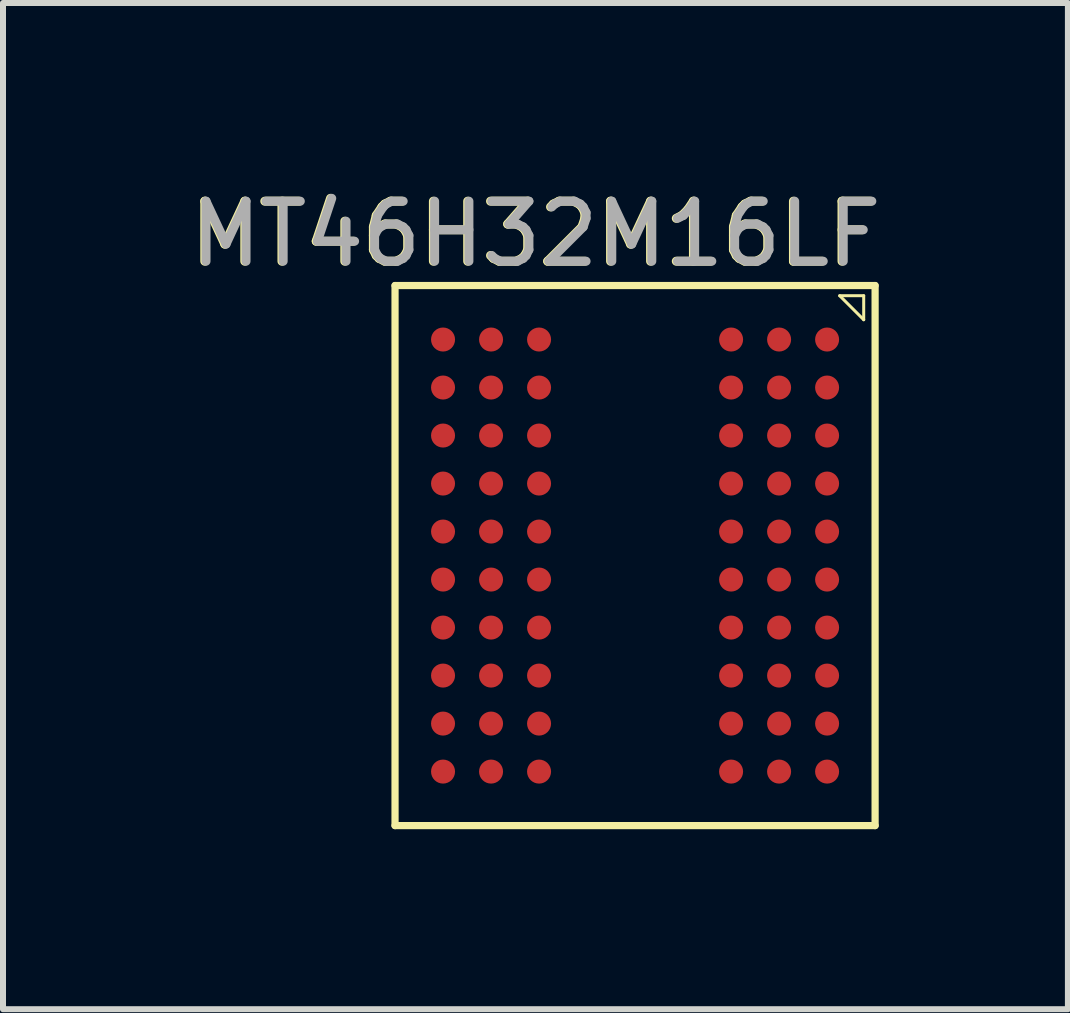
<source format=kicad_pcb>
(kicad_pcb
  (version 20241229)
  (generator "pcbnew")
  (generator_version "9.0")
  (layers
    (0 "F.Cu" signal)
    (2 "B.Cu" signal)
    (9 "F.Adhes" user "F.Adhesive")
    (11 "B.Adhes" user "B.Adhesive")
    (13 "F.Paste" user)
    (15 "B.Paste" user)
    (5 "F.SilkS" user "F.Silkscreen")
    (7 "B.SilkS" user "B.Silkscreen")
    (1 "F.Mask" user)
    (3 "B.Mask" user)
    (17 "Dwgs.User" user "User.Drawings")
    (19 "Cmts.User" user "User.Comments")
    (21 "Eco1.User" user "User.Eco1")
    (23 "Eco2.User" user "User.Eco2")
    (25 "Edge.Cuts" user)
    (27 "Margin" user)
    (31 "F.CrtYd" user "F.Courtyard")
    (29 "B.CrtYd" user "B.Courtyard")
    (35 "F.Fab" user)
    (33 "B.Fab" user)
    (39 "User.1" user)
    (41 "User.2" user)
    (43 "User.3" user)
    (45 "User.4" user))
  (footprint "MT46H32M16LF"
    (layer "F.Cu")
    (at 7.533 6.208)
    (property "Reference" "MT46H32M16LF" (at -1.67 -5.36 0) (unlocked yes) (layer "F.SilkS") (effects (font (size 1 1) (thickness 0.15))))
    (attr smd)
    (fp_line (start -4 -4.5) (end -4 4.5) (stroke (width 0.12) (type solid)) (layer "F.SilkS"))
    (fp_line (start 3.41 -4.33) (end 3.81 -4.33) (stroke (width 0.05) (type solid)) (layer "F.SilkS"))
    (fp_line (start 3.81 -4.33) (end 3.81 -3.93) (stroke (width 0.05) (type solid)) (layer "F.SilkS"))
    (fp_line (start 3.81 -3.93) (end 3.41 -4.33) (stroke (width 0.05) (type solid)) (layer "F.SilkS"))
    (fp_line (start 4 -4.5) (end -4 -4.5) (stroke (width 0.12) (type solid)) (layer "F.SilkS"))
    (fp_line (start 4 -4.5) (end 4 4.5) (stroke (width 0.12) (type solid)) (layer "F.SilkS"))
    (fp_line (start 4 4.5) (end -4 4.5) (stroke (width 0.12) (type solid)) (layer "F.SilkS"))
    (fp_text user "${REFERENCE}" (at -1.65 -5.36 0) (unlocked yes) (layer "F.Fab") (effects (font (size 1 1) (thickness 0.15))))
    (pad "A1" smd circle (at 3.2 -3.6) (size 0.4 0.4) (layers "F.Cu" "F.Mask" "F.Paste"))
    (pad "A2" smd circle (at 2.4 -3.6) (size 0.4 0.4) (layers "F.Cu" "F.Mask" "F.Paste"))
    (pad "A3" smd circle (at 1.6 -3.6) (size 0.4 0.4) (layers "F.Cu" "F.Mask" "F.Paste"))
    (pad "A7" smd circle (at -1.6 -3.6) (size 0.4 0.4) (layers "F.Cu" "F.Mask" "F.Paste"))
    (pad "A8" smd circle (at -2.4 -3.6) (size 0.4 0.4) (layers "F.Cu" "F.Mask" "F.Paste"))
    (pad "A9" smd circle (at -3.2 -3.6) (size 0.4 0.4) (layers "F.Cu" "F.Mask" "F.Paste"))
    (pad "B1" smd circle (at 3.2 -2.8) (size 0.4 0.4) (layers "F.Cu" "F.Mask" "F.Paste"))
    (pad "B2" smd circle (at 2.4 -2.8) (size 0.4 0.4) (layers "F.Cu" "F.Mask" "F.Paste"))
    (pad "B3" smd circle (at 1.6 -2.8) (size 0.4 0.4) (layers "F.Cu" "F.Mask" "F.Paste"))
    (pad "B7" smd circle (at -1.6 -2.8) (size 0.4 0.4) (layers "F.Cu" "F.Mask" "F.Paste"))
    (pad "B8" smd circle (at -2.4 -2.8) (size 0.4 0.4) (layers "F.Cu" "F.Mask" "F.Paste"))
    (pad "B9" smd circle (at -3.2 -2.8) (size 0.4 0.4) (layers "F.Cu" "F.Mask" "F.Paste"))
    (pad "C1" smd circle (at 3.2 -2) (size 0.4 0.4) (layers "F.Cu" "F.Mask" "F.Paste"))
    (pad "C2" smd circle (at 2.4 -2) (size 0.4 0.4) (layers "F.Cu" "F.Mask" "F.Paste"))
    (pad "C3" smd circle (at 1.6 -2) (size 0.4 0.4) (layers "F.Cu" "F.Mask" "F.Paste"))
    (pad "C7" smd circle (at -1.6 -2) (size 0.4 0.4) (layers "F.Cu" "F.Mask" "F.Paste"))
    (pad "C8" smd circle (at -2.4 -2) (size 0.4 0.4) (layers "F.Cu" "F.Mask" "F.Paste"))
    (pad "C9" smd circle (at -3.2 -2) (size 0.4 0.4) (layers "F.Cu" "F.Mask" "F.Paste"))
    (pad "D1" smd circle (at 3.2 -1.2) (size 0.4 0.4) (layers "F.Cu" "F.Mask" "F.Paste"))
    (pad "D2" smd circle (at 2.4 -1.2) (size 0.4 0.4) (layers "F.Cu" "F.Mask" "F.Paste"))
    (pad "D3" smd circle (at 1.6 -1.2) (size 0.4 0.4) (layers "F.Cu" "F.Mask" "F.Paste"))
    (pad "D7" smd circle (at -1.6 -1.2) (size 0.4 0.4) (layers "F.Cu" "F.Mask" "F.Paste"))
    (pad "D8" smd circle (at -2.4 -1.2) (size 0.4 0.4) (layers "F.Cu" "F.Mask" "F.Paste"))
    (pad "D9" smd circle (at -3.2 -1.2) (size 0.4 0.4) (layers "F.Cu" "F.Mask" "F.Paste"))
    (pad "E1" smd circle (at 3.2 -0.4) (size 0.4 0.4) (layers "F.Cu" "F.Mask" "F.Paste"))
    (pad "E2" smd circle (at 2.4 -0.4) (size 0.4 0.4) (layers "F.Cu" "F.Mask" "F.Paste"))
    (pad "E3" smd circle (at 1.6 -0.4) (size 0.4 0.4) (layers "F.Cu" "F.Mask" "F.Paste"))
    (pad "E7" smd circle (at -1.6 -0.4) (size 0.4 0.4) (layers "F.Cu" "F.Mask" "F.Paste"))
    (pad "E8" smd circle (at -2.4 -0.4) (size 0.4 0.4) (layers "F.Cu" "F.Mask" "F.Paste"))
    (pad "E9" smd circle (at -3.2 -0.4) (size 0.4 0.4) (layers "F.Cu" "F.Mask" "F.Paste"))
    (pad "F1" smd circle (at 3.2 0.4) (size 0.4 0.4) (layers "F.Cu" "F.Mask" "F.Paste"))
    (pad "F2" smd circle (at 2.4 0.4) (size 0.4 0.4) (layers "F.Cu" "F.Mask" "F.Paste"))
    (pad "F3" smd circle (at 1.6 0.4) (size 0.4 0.4) (layers "F.Cu" "F.Mask" "F.Paste"))
    (pad "F7" smd circle (at -1.6 0.4) (size 0.4 0.4) (layers "F.Cu" "F.Mask" "F.Paste"))
    (pad "F8" smd circle (at -2.4 0.4) (size 0.4 0.4) (layers "F.Cu" "F.Mask" "F.Paste"))
    (pad "F9" smd circle (at -3.2 0.4) (size 0.4 0.4) (layers "F.Cu" "F.Mask" "F.Paste"))
    (pad "G1" smd circle (at 3.2 1.2) (size 0.4 0.4) (layers "F.Cu" "F.Mask" "F.Paste"))
    (pad "G2" smd circle (at 2.4 1.2) (size 0.4 0.4) (layers "F.Cu" "F.Mask" "F.Paste"))
    (pad "G3" smd circle (at 1.6 1.2) (size 0.4 0.4) (layers "F.Cu" "F.Mask" "F.Paste"))
    (pad "G7" smd circle (at -1.6 1.2) (size 0.4 0.4) (layers "F.Cu" "F.Mask" "F.Paste"))
    (pad "G8" smd circle (at -2.4 1.2) (size 0.4 0.4) (layers "F.Cu" "F.Mask" "F.Paste"))
    (pad "G9" smd circle (at -3.2 1.2) (size 0.4 0.4) (layers "F.Cu" "F.Mask" "F.Paste"))
    (pad "H1" smd circle (at 3.2 2) (size 0.4 0.4) (layers "F.Cu" "F.Mask" "F.Paste"))
    (pad "H2" smd circle (at 2.4 2) (size 0.4 0.4) (layers "F.Cu" "F.Mask" "F.Paste"))
    (pad "H3" smd circle (at 1.6 2) (size 0.4 0.4) (layers "F.Cu" "F.Mask" "F.Paste"))
    (pad "H7" smd circle (at -1.6 2) (size 0.4 0.4) (layers "F.Cu" "F.Mask" "F.Paste"))
    (pad "H8" smd circle (at -2.4 2) (size 0.4 0.4) (layers "F.Cu" "F.Mask" "F.Paste"))
    (pad "H9" smd circle (at -3.2 2) (size 0.4 0.4) (layers "F.Cu" "F.Mask" "F.Paste"))
    (pad "J1" smd circle (at 3.2 2.8) (size 0.4 0.4) (layers "F.Cu" "F.Mask" "F.Paste"))
    (pad "J2" smd circle (at 2.4 2.8) (size 0.4 0.4) (layers "F.Cu" "F.Mask" "F.Paste"))
    (pad "J3" smd circle (at 1.6 2.8) (size 0.4 0.4) (layers "F.Cu" "F.Mask" "F.Paste"))
    (pad "J7" smd circle (at -1.6 2.8) (size 0.4 0.4) (layers "F.Cu" "F.Mask" "F.Paste"))
    (pad "J8" smd circle (at -2.4 2.8) (size 0.4 0.4) (layers "F.Cu" "F.Mask" "F.Paste"))
    (pad "J9" smd circle (at -3.2 2.8) (size 0.4 0.4) (layers "F.Cu" "F.Mask" "F.Paste"))
    (pad "K1" smd circle (at 3.2 3.6) (size 0.4 0.4) (layers "F.Cu" "F.Mask" "F.Paste"))
    (pad "K2" smd circle (at 2.4 3.6) (size 0.4 0.4) (layers "F.Cu" "F.Mask" "F.Paste"))
    (pad "K3" smd circle (at 1.6 3.6) (size 0.4 0.4) (layers "F.Cu" "F.Mask" "F.Paste"))
    (pad "K7" smd circle (at -1.6 3.6) (size 0.4 0.4) (layers "F.Cu" "F.Mask" "F.Paste"))
    (pad "K8" smd circle (at -2.4 3.6) (size 0.4 0.4) (layers "F.Cu" "F.Mask" "F.Paste"))
    (pad "K9" smd circle (at -3.2 3.6) (size 0.4 0.4) (layers "F.Cu" "F.Mask" "F.Paste")))
  (gr_rect
    (start -3 -3)
    (end 14.746 13.768)
    (stroke (width 0.1) (type default))
    (fill no)
    (layer "Edge.Cuts")))
</source>
